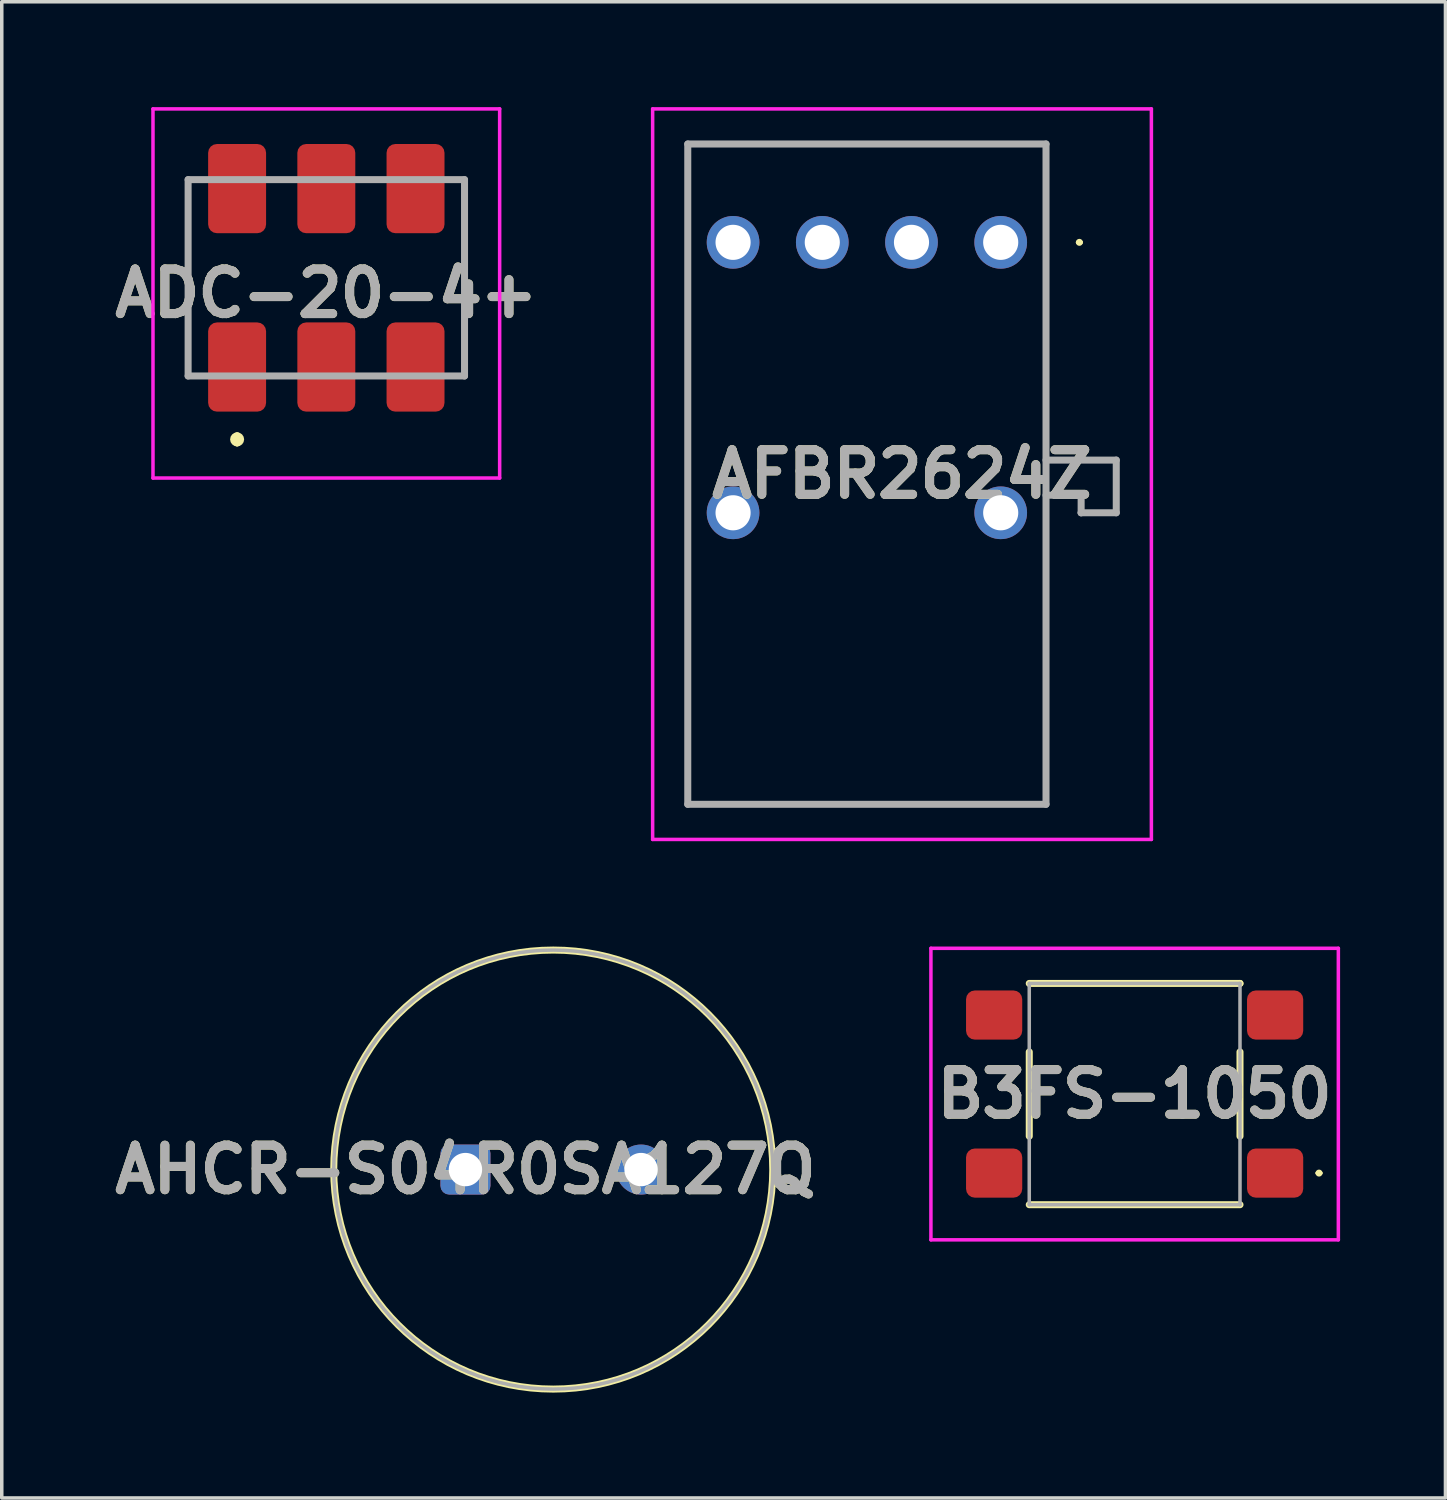
<source format=kicad_pcb>
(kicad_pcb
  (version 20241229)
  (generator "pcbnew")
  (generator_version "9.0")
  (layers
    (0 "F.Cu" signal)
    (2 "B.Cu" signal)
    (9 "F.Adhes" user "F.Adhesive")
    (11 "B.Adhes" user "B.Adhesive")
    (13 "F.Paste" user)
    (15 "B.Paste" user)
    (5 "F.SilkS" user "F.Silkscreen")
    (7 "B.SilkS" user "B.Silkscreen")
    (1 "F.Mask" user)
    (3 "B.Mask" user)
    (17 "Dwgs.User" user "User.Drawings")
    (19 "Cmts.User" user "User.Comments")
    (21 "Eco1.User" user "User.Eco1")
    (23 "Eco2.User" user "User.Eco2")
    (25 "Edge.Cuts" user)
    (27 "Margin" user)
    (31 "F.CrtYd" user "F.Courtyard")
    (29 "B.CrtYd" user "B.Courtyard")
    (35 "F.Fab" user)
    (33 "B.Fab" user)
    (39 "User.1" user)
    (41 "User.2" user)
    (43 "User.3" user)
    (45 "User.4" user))
  (footprint "AFBR2624Z"
    (layer "F.Cu")
    (at 25.442 3.85)
    (property "Reference" "AFBR2624Z" (at -2.81 6.6 0) (layer "F.SilkS") (effects (font (size 1.27 1.27) (thickness 0.254))))
    (attr through_hole)
    (fp_line (start -8.91 -2.8) (end 1.29 -2.8) (stroke (width 0.1) (type solid)) (layer "F.SilkS"))
    (fp_line (start -8.91 16) (end -8.91 -2.8) (stroke (width 0.1) (type solid)) (layer "F.SilkS"))
    (fp_line (start 1.29 -2.8) (end 1.29 16) (stroke (width 0.1) (type solid)) (layer "F.SilkS"))
    (fp_line (start 1.29 6.2) (end 3.29 6.2) (stroke (width 0.1) (type solid)) (layer "F.SilkS"))
    (fp_line (start 1.29 16) (end -8.91 16) (stroke (width 0.1) (type solid)) (layer "F.SilkS"))
    (fp_line (start 2.19 0) (end 2.19 0) (stroke (width 0.1) (type solid)) (layer "F.SilkS"))
    (fp_line (start 2.29 0) (end 2.29 0) (stroke (width 0.1) (type solid)) (layer "F.SilkS"))
    (fp_line (start 2.29 7.2) (end 1.29 7.2) (stroke (width 0.1) (type solid)) (layer "F.SilkS"))
    (fp_line (start 2.29 7.7) (end 2.29 7.2) (stroke (width 0.1) (type solid)) (layer "F.SilkS"))
    (fp_line (start 3.29 6.2) (end 3.29 7.7) (stroke (width 0.1) (type solid)) (layer "F.SilkS"))
    (fp_line (start 3.29 7.7) (end 2.29 7.7) (stroke (width 0.1) (type solid)) (layer "F.SilkS"))
    (fp_arc (start 2.19 0) (mid 2.24 -0.05) (end 2.29 0) (stroke (width 0.1) (type solid)) (layer "F.SilkS"))
    (fp_arc (start 2.29 0) (mid 2.24 0.05) (end 2.19 0) (stroke (width 0.1) (type solid)) (layer "F.SilkS"))
    (fp_line (start -9.91 -3.8) (end 4.29 -3.8) (stroke (width 0.1) (type solid)) (layer "F.CrtYd"))
    (fp_line (start -9.91 17) (end -9.91 -3.8) (stroke (width 0.1) (type solid)) (layer "F.CrtYd"))
    (fp_line (start 4.29 -3.8) (end 4.29 17) (stroke (width 0.1) (type solid)) (layer "F.CrtYd"))
    (fp_line (start 4.29 17) (end -9.91 17) (stroke (width 0.1) (type solid)) (layer "F.CrtYd"))
    (fp_line (start -8.91 -2.8) (end 1.29 -2.8) (stroke (width 0.2) (type solid)) (layer "F.Fab"))
    (fp_line (start -8.91 16) (end -8.91 -2.8) (stroke (width 0.2) (type solid)) (layer "F.Fab"))
    (fp_line (start 1.29 -2.8) (end 1.29 16) (stroke (width 0.2) (type solid)) (layer "F.Fab"))
    (fp_line (start 1.29 6.2) (end 3.29 6.2) (stroke (width 0.2) (type solid)) (layer "F.Fab"))
    (fp_line (start 1.29 16) (end -8.91 16) (stroke (width 0.2) (type solid)) (layer "F.Fab"))
    (fp_line (start 2.29 7.2) (end 1.29 7.2) (stroke (width 0.2) (type solid)) (layer "F.Fab"))
    (fp_line (start 2.29 7.7) (end 2.29 7.2) (stroke (width 0.2) (type solid)) (layer "F.Fab"))
    (fp_line (start 2.29 7.7) (end 2.29 7.7) (stroke (width 0.2) (type solid)) (layer "F.Fab"))
    (fp_line (start 3.29 6.2) (end 3.29 7.7) (stroke (width 0.2) (type solid)) (layer "F.Fab"))
    (fp_line (start 3.29 7.7) (end 2.29 7.7) (stroke (width 0.2) (type solid)) (layer "F.Fab"))
    (fp_text user "${REFERENCE}" (at -2.81 6.6 0) (layer "F.Fab") (effects (font (size 1.27 1.27) (thickness 0.254))))
    (pad "1" thru_hole circle (at 0 0) (size 1.5 1.5) (drill 1) (layers "*.Cu" "*.Mask"))
    (pad "2" thru_hole circle (at -2.54 0) (size 1.5 1.5) (drill 1) (layers "*.Cu" "*.Mask"))
    (pad "3" thru_hole circle (at -5.08 0) (size 1.5 1.5) (drill 1) (layers "*.Cu" "*.Mask"))
    (pad "4" thru_hole circle (at -7.62 0) (size 1.5 1.5) (drill 1) (layers "*.Cu" "*.Mask"))
    (pad "5" thru_hole circle (at -7.62 7.7) (size 1.5 1.5) (drill 1) (layers "*.Cu" "*.Mask"))
    (pad "8" thru_hole circle (at 0 7.7) (size 1.5 1.5) (drill 1) (layers "*.Cu" "*.Mask")))
  (footprint "AHCR-S04R0SA127Q"
    (layer "F.Cu")
    (at 10.202 30.25)
    (property "Reference" "AHCR-S04R0SA127Q" (at 0 0 0) (layer "F.SilkS") (effects (font (size 1.27 1.27) (thickness 0.254))))
    (attr through_hole)
    (fp_circle (center 2.5 0) (end 2.5 6.25) (stroke (width 0.2) (type solid)) (fill no) (layer "F.SilkS"))
    (fp_circle (center 2.5 0) (end 2.5 6.25) (stroke (width 0.1) (type solid)) (fill no) (layer "F.Fab"))
    (fp_text user "${REFERENCE}" (at 0 0 0) (layer "F.Fab") (effects (font (size 1.27 1.27) (thickness 0.254))))
    (pad "2" thru_hole circle (at 5 0) (size 1.425 1.425) (drill 0.95) (layers "*.Cu" "*.Mask"))
    (pad "e" thru_hole roundrect (at 0 0) (size 1.425 1.425) (drill 0.95) (layers "*.Cu" "*.Mask") (roundrect_rratio 0.175)))
  (footprint "ADC-20-4+"
    (layer "F.Cu")
    (at 6.241 4.86)
    (property "Reference" "ADC-20-4+" (at 0 0.445 0) (layer "F.SilkS") (effects (font (size 1.27 1.27) (thickness 0.254))))
    (attr smd)
    (fp_line (start -3.935 -2.795) (end -3.935 2.795) (stroke (width 0.1) (type solid)) (layer "F.SilkS"))
    (fp_line (start -2.54 4.5) (end -2.54 4.5) (stroke (width 0.2) (type solid)) (layer "F.SilkS"))
    (fp_line (start -2.54 4.7) (end -2.54 4.7) (stroke (width 0.2) (type solid)) (layer "F.SilkS"))
    (fp_line (start 3.935 -2.795) (end 3.935 2.795) (stroke (width 0.1) (type solid)) (layer "F.SilkS"))
    (fp_arc (start -2.54 4.5) (mid -2.44 4.6) (end -2.54 4.7) (stroke (width 0.2) (type solid)) (layer "F.SilkS"))
    (fp_arc (start -2.54 4.7) (mid -2.64 4.6) (end -2.54 4.5) (stroke (width 0.2) (type solid)) (layer "F.SilkS"))
    (fp_line (start -4.935 -4.81) (end 4.935 -4.81) (stroke (width 0.1) (type solid)) (layer "F.CrtYd"))
    (fp_line (start -4.935 5.7) (end -4.935 -4.81) (stroke (width 0.1) (type solid)) (layer "F.CrtYd"))
    (fp_line (start 4.935 -4.81) (end 4.935 5.7) (stroke (width 0.1) (type solid)) (layer "F.CrtYd"))
    (fp_line (start 4.935 5.7) (end -4.935 5.7) (stroke (width 0.1) (type solid)) (layer "F.CrtYd"))
    (fp_line (start -3.935 -2.795) (end 3.935 -2.795) (stroke (width 0.2) (type solid)) (layer "F.Fab"))
    (fp_line (start -3.935 2.795) (end -3.935 -2.795) (stroke (width 0.2) (type solid)) (layer "F.Fab"))
    (fp_line (start 3.935 -2.795) (end 3.935 2.795) (stroke (width 0.2) (type solid)) (layer "F.Fab"))
    (fp_line (start 3.935 2.795) (end -3.935 2.795) (stroke (width 0.2) (type solid)) (layer "F.Fab"))
    (fp_text user "${REFERENCE}" (at 0 0.445 0) (layer "F.Fab") (effects (font (size 1.27 1.27) (thickness 0.254))))
    (pad "1" smd roundrect (at -2.54 2.54) (size 1.65 2.54) (layers "F.Cu" "F.Mask" "F.Paste") (roundrect_rratio 0.152))
    (pad "2" smd roundrect (at 0 2.54) (size 1.65 2.54) (layers "F.Cu" "F.Mask" "F.Paste") (roundrect_rratio 0.152))
    (pad "3" smd roundrect (at 2.54 2.54) (size 1.65 2.54) (layers "F.Cu" "F.Mask" "F.Paste") (roundrect_rratio 0.152))
    (pad "4" smd roundrect (at 2.54 -2.54) (size 1.65 2.54) (layers "F.Cu" "F.Mask" "F.Paste") (roundrect_rratio 0.152))
    (pad "5" smd roundrect (at 0 -2.54) (size 1.65 2.54) (layers "F.Cu" "F.Mask" "F.Paste") (roundrect_rratio 0.152))
    (pad "6" smd roundrect (at -2.54 -2.54) (size 1.65 2.54) (layers "F.Cu" "F.Mask" "F.Paste") (roundrect_rratio 0.152)))
  (footprint "B3FS-1050"
    (layer "F.Cu")
    (at 29.255 28.1)
    (property "Reference" "B3FS-1050" (at 0 0 0) (layer "F.SilkS") (effects (font (size 1.27 1.27) (thickness 0.254))))
    (attr smd)
    (fp_line (start -3 -3.15) (end 3 -3.15) (stroke (width 0.2) (type solid)) (layer "F.SilkS"))
    (fp_line (start -3 -1.2) (end -3 1.2) (stroke (width 0.2) (type solid)) (layer "F.SilkS"))
    (fp_line (start -3 3.15) (end 3 3.15) (stroke (width 0.2) (type solid)) (layer "F.SilkS"))
    (fp_line (start 3 -3.15) (end 3 -3.15) (stroke (width 0.2) (type solid)) (layer "F.SilkS"))
    (fp_line (start 3 -1.2) (end 3 1.2) (stroke (width 0.2) (type solid)) (layer "F.SilkS"))
    (fp_line (start 5.2 2.25) (end 5.2 2.25) (stroke (width 0.1) (type solid)) (layer "F.SilkS"))
    (fp_line (start 5.3 2.25) (end 5.3 2.25) (stroke (width 0.1) (type solid)) (layer "F.SilkS"))
    (fp_arc (start 5.2 2.25) (mid 5.25 2.2) (end 5.3 2.25) (stroke (width 0.1) (type solid)) (layer "F.SilkS"))
    (fp_arc (start 5.3 2.25) (mid 5.25 2.3) (end 5.2 2.25) (stroke (width 0.1) (type solid)) (layer "F.SilkS"))
    (fp_line (start -5.8 -4.15) (end 5.8 -4.15) (stroke (width 0.1) (type solid)) (layer "F.CrtYd"))
    (fp_line (start -5.8 4.15) (end -5.8 -4.15) (stroke (width 0.1) (type solid)) (layer "F.CrtYd"))
    (fp_line (start 5.8 -4.15) (end 5.8 4.15) (stroke (width 0.1) (type solid)) (layer "F.CrtYd"))
    (fp_line (start 5.8 4.15) (end -5.8 4.15) (stroke (width 0.1) (type solid)) (layer "F.CrtYd"))
    (fp_line (start -3 -3.15) (end 3 -3.15) (stroke (width 0.1) (type solid)) (layer "F.Fab"))
    (fp_line (start -3 3.15) (end -3 -3.15) (stroke (width 0.1) (type solid)) (layer "F.Fab"))
    (fp_line (start 3 -3.15) (end 3 3.15) (stroke (width 0.1) (type solid)) (layer "F.Fab"))
    (fp_line (start 3 3.15) (end -3 3.15) (stroke (width 0.1) (type solid)) (layer "F.Fab"))
    (fp_text user "${REFERENCE}" (at 0 0 0) (layer "F.Fab") (effects (font (size 1.27 1.27) (thickness 0.254))))
    (pad "1" smd roundrect (at 4 2.25 90) (size 1.4 1.6) (layers "F.Cu" "F.Mask" "F.Paste") (roundrect_rratio 0.179))
    (pad "2" smd roundrect (at -4 2.25 90) (size 1.4 1.6) (layers "F.Cu" "F.Mask" "F.Paste") (roundrect_rratio 0.179))
    (pad "3" smd roundrect (at 4 -2.25 90) (size 1.4 1.6) (layers "F.Cu" "F.Mask" "F.Paste") (roundrect_rratio 0.179))
    (pad "4" smd roundrect (at -4 -2.25 90) (size 1.4 1.6) (layers "F.Cu" "F.Mask" "F.Paste") (roundrect_rratio 0.179)))
  (gr_rect
    (start -3 -3)
    (end 38.105 39.6)
    (stroke (width 0.1) (type default))
    (fill no)
    (layer "Edge.Cuts")))
</source>
